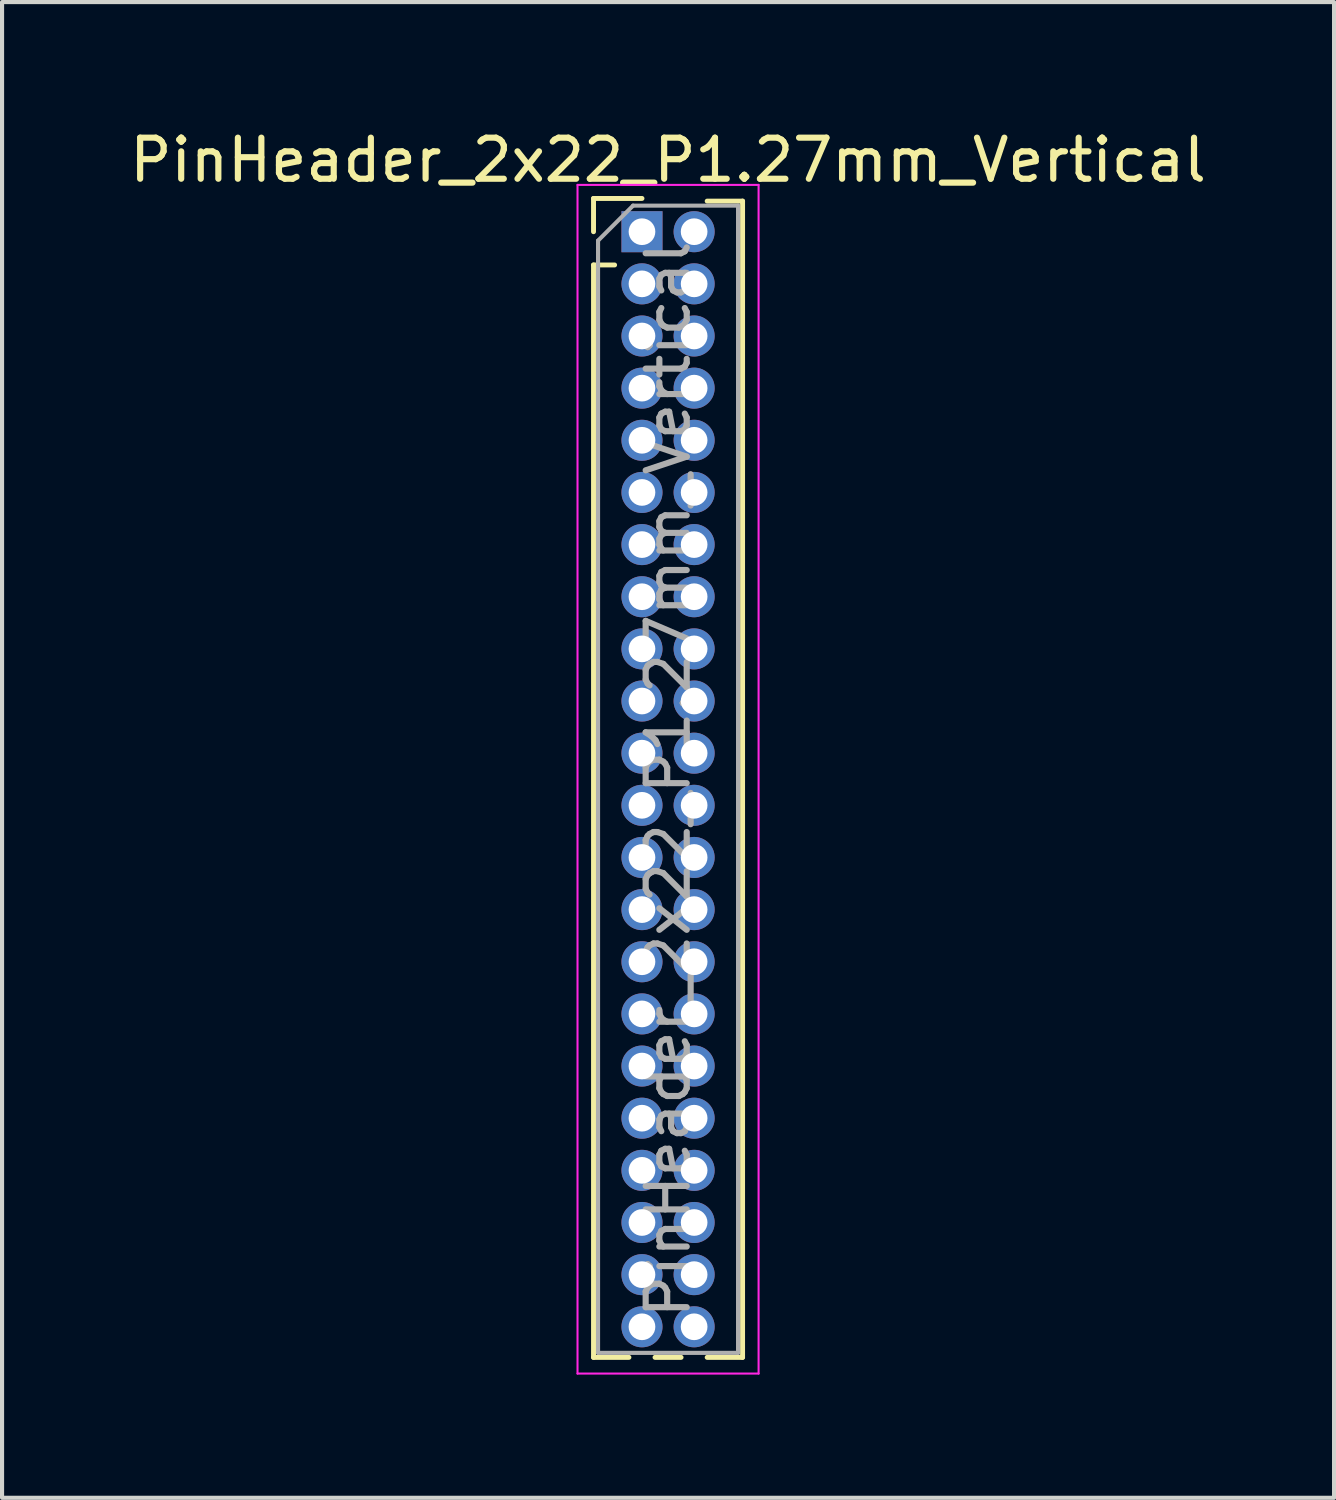
<source format=kicad_pcb>
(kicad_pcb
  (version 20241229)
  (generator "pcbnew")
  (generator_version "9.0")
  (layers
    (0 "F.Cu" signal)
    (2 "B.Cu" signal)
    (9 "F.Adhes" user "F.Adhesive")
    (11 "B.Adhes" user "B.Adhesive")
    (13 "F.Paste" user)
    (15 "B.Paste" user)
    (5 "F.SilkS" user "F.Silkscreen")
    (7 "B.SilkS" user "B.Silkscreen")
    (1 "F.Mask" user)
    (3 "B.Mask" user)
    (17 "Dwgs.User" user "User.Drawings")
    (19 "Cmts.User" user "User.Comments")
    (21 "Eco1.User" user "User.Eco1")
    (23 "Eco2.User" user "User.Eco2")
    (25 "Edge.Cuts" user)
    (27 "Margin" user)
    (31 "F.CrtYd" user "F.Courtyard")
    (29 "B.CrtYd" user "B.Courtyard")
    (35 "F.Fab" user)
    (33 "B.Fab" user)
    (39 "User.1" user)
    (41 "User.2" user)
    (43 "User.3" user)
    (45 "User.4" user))
  (footprint "PinHeader_2x22_P1.27mm_Vertical"
    (layer "F.Cu")
    (at 12.585 2.593)
    (property "Reference" "PinHeader_2x22_P1.27mm_Vertical" (at 0.635 -1.745 0) (layer "F.SilkS") (effects (font (size 1 1) (thickness 0.15))))
    (attr through_hole)
    (fp_line (start -1.18 -0.81) (end 0 -0.81) (stroke (width 0.12) (type solid)) (layer "F.SilkS"))
    (fp_line (start -1.18 0) (end -1.18 -0.81) (stroke (width 0.12) (type solid)) (layer "F.SilkS"))
    (fp_line (start -1.18 0.81) (end -1.18 27.415) (stroke (width 0.12) (type solid)) (layer "F.SilkS"))
    (fp_line (start -1.18 0.81) (end -0.667 0.81) (stroke (width 0.12) (type solid)) (layer "F.SilkS"))
    (fp_line (start -1.18 27.415) (end -0.318 27.415) (stroke (width 0.12) (type solid)) (layer "F.SilkS"))
    (fp_line (start 0.318 27.415) (end 0.952 27.415) (stroke (width 0.12) (type solid)) (layer "F.SilkS"))
    (fp_line (start 1.588 -0.745) (end 2.45 -0.745) (stroke (width 0.12) (type solid)) (layer "F.SilkS"))
    (fp_line (start 1.588 27.415) (end 2.45 27.415) (stroke (width 0.12) (type solid)) (layer "F.SilkS"))
    (fp_line (start 2.45 -0.745) (end 2.45 27.415) (stroke (width 0.12) (type solid)) (layer "F.SilkS"))
    (fp_line (start -1.57 -1.14) (end -1.57 27.81) (stroke (width 0.05) (type solid)) (layer "F.CrtYd"))
    (fp_line (start -1.57 27.81) (end 2.84 27.81) (stroke (width 0.05) (type solid)) (layer "F.CrtYd"))
    (fp_line (start 2.84 -1.14) (end -1.57 -1.14) (stroke (width 0.05) (type solid)) (layer "F.CrtYd"))
    (fp_line (start 2.84 27.81) (end 2.84 -1.14) (stroke (width 0.05) (type solid)) (layer "F.CrtYd"))
    (fp_line (start -1.07 0.217) (end -0.217 -0.635) (stroke (width 0.1) (type solid)) (layer "F.Fab"))
    (fp_line (start -1.07 27.305) (end -1.07 0.217) (stroke (width 0.1) (type solid)) (layer "F.Fab"))
    (fp_line (start -0.217 -0.635) (end 2.34 -0.635) (stroke (width 0.1) (type solid)) (layer "F.Fab"))
    (fp_line (start 2.34 -0.635) (end 2.34 27.305) (stroke (width 0.1) (type solid)) (layer "F.Fab"))
    (fp_line (start 2.34 27.305) (end -1.07 27.305) (stroke (width 0.1) (type solid)) (layer "F.Fab"))
    (fp_text user "${REFERENCE}" (at 0.635 13.335 90) (layer "F.Fab") (effects (font (size 1 1) (thickness 0.15))))
    (pad "1" thru_hole rect (at 0 0) (size 1 1) (drill 0.65) (layers "*.Cu" "*.Mask"))
    (pad "2" thru_hole circle (at 1.27 0) (size 1 1) (drill 0.65) (layers "*.Cu" "*.Mask"))
    (pad "3" thru_hole circle (at 0 1.27) (size 1 1) (drill 0.65) (layers "*.Cu" "*.Mask"))
    (pad "4" thru_hole circle (at 1.27 1.27) (size 1 1) (drill 0.65) (layers "*.Cu" "*.Mask"))
    (pad "5" thru_hole circle (at 0 2.54) (size 1 1) (drill 0.65) (layers "*.Cu" "*.Mask"))
    (pad "6" thru_hole circle (at 1.27 2.54) (size 1 1) (drill 0.65) (layers "*.Cu" "*.Mask"))
    (pad "7" thru_hole circle (at 0 3.81) (size 1 1) (drill 0.65) (layers "*.Cu" "*.Mask"))
    (pad "8" thru_hole circle (at 1.27 3.81) (size 1 1) (drill 0.65) (layers "*.Cu" "*.Mask"))
    (pad "9" thru_hole circle (at 0 5.08) (size 1 1) (drill 0.65) (layers "*.Cu" "*.Mask"))
    (pad "10" thru_hole circle (at 1.27 5.08) (size 1 1) (drill 0.65) (layers "*.Cu" "*.Mask"))
    (pad "11" thru_hole circle (at 0 6.35) (size 1 1) (drill 0.65) (layers "*.Cu" "*.Mask"))
    (pad "12" thru_hole circle (at 1.27 6.35) (size 1 1) (drill 0.65) (layers "*.Cu" "*.Mask"))
    (pad "13" thru_hole circle (at 0 7.62) (size 1 1) (drill 0.65) (layers "*.Cu" "*.Mask"))
    (pad "14" thru_hole circle (at 1.27 7.62) (size 1 1) (drill 0.65) (layers "*.Cu" "*.Mask"))
    (pad "15" thru_hole circle (at 0 8.89) (size 1 1) (drill 0.65) (layers "*.Cu" "*.Mask"))
    (pad "16" thru_hole circle (at 1.27 8.89) (size 1 1) (drill 0.65) (layers "*.Cu" "*.Mask"))
    (pad "17" thru_hole circle (at 0 10.16) (size 1 1) (drill 0.65) (layers "*.Cu" "*.Mask"))
    (pad "18" thru_hole circle (at 1.27 10.16) (size 1 1) (drill 0.65) (layers "*.Cu" "*.Mask"))
    (pad "19" thru_hole circle (at 0 11.43) (size 1 1) (drill 0.65) (layers "*.Cu" "*.Mask"))
    (pad "20" thru_hole circle (at 1.27 11.43) (size 1 1) (drill 0.65) (layers "*.Cu" "*.Mask"))
    (pad "21" thru_hole circle (at 0 12.7) (size 1 1) (drill 0.65) (layers "*.Cu" "*.Mask"))
    (pad "22" thru_hole circle (at 1.27 12.7) (size 1 1) (drill 0.65) (layers "*.Cu" "*.Mask"))
    (pad "23" thru_hole circle (at 0 13.97) (size 1 1) (drill 0.65) (layers "*.Cu" "*.Mask"))
    (pad "24" thru_hole circle (at 1.27 13.97) (size 1 1) (drill 0.65) (layers "*.Cu" "*.Mask"))
    (pad "25" thru_hole circle (at 0 15.24) (size 1 1) (drill 0.65) (layers "*.Cu" "*.Mask"))
    (pad "26" thru_hole circle (at 1.27 15.24) (size 1 1) (drill 0.65) (layers "*.Cu" "*.Mask"))
    (pad "27" thru_hole circle (at 0 16.51) (size 1 1) (drill 0.65) (layers "*.Cu" "*.Mask"))
    (pad "28" thru_hole circle (at 1.27 16.51) (size 1 1) (drill 0.65) (layers "*.Cu" "*.Mask"))
    (pad "29" thru_hole circle (at 0 17.78) (size 1 1) (drill 0.65) (layers "*.Cu" "*.Mask"))
    (pad "30" thru_hole circle (at 1.27 17.78) (size 1 1) (drill 0.65) (layers "*.Cu" "*.Mask"))
    (pad "31" thru_hole circle (at 0 19.05) (size 1 1) (drill 0.65) (layers "*.Cu" "*.Mask"))
    (pad "32" thru_hole circle (at 1.27 19.05) (size 1 1) (drill 0.65) (layers "*.Cu" "*.Mask"))
    (pad "33" thru_hole circle (at 0 20.32) (size 1 1) (drill 0.65) (layers "*.Cu" "*.Mask"))
    (pad "34" thru_hole circle (at 1.27 20.32) (size 1 1) (drill 0.65) (layers "*.Cu" "*.Mask"))
    (pad "35" thru_hole circle (at 0 21.59) (size 1 1) (drill 0.65) (layers "*.Cu" "*.Mask"))
    (pad "36" thru_hole circle (at 1.27 21.59) (size 1 1) (drill 0.65) (layers "*.Cu" "*.Mask"))
    (pad "37" thru_hole circle (at 0 22.86) (size 1 1) (drill 0.65) (layers "*.Cu" "*.Mask"))
    (pad "38" thru_hole circle (at 1.27 22.86) (size 1 1) (drill 0.65) (layers "*.Cu" "*.Mask"))
    (pad "39" thru_hole circle (at 0 24.13) (size 1 1) (drill 0.65) (layers "*.Cu" "*.Mask"))
    (pad "40" thru_hole circle (at 1.27 24.13) (size 1 1) (drill 0.65) (layers "*.Cu" "*.Mask"))
    (pad "41" thru_hole circle (at 0 25.4) (size 1 1) (drill 0.65) (layers "*.Cu" "*.Mask"))
    (pad "42" thru_hole circle (at 1.27 25.4) (size 1 1) (drill 0.65) (layers "*.Cu" "*.Mask"))
    (pad "43" thru_hole circle (at 0 26.67) (size 1 1) (drill 0.65) (layers "*.Cu" "*.Mask"))
    (pad "44" thru_hole circle (at 1.27 26.67) (size 1 1) (drill 0.65) (layers "*.Cu" "*.Mask")))
  (gr_rect
    (start -3 -3)
    (end 29.44 33.428)
    (stroke (width 0.1) (type default))
    (fill no)
    (layer "Edge.Cuts")))
</source>
